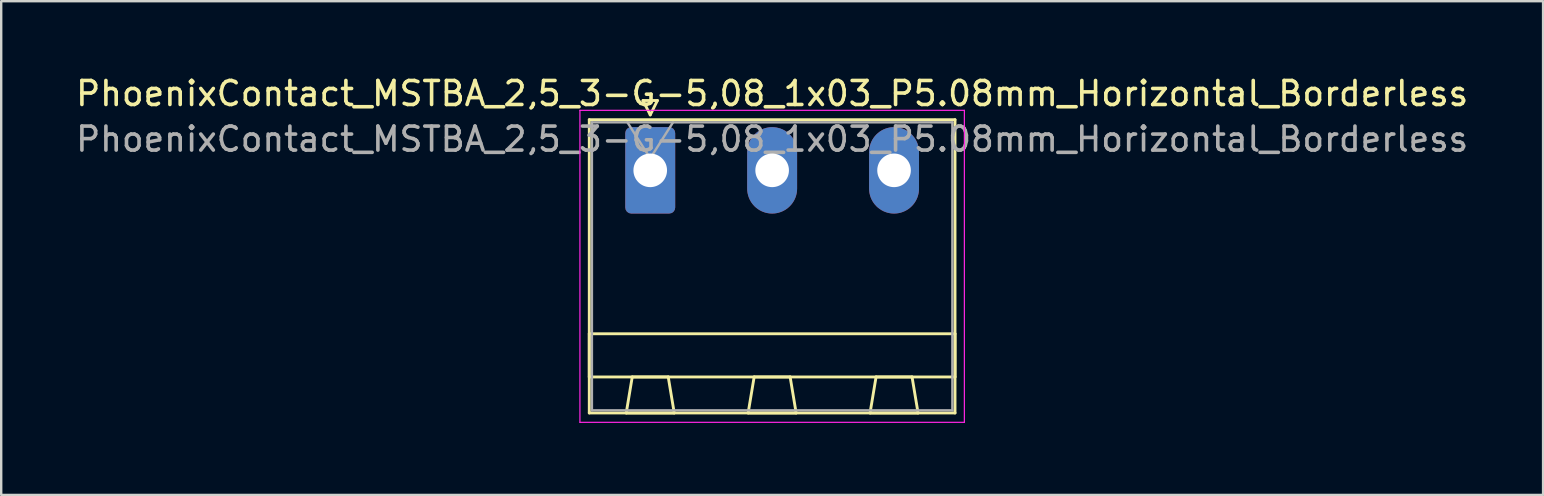
<source format=kicad_pcb>
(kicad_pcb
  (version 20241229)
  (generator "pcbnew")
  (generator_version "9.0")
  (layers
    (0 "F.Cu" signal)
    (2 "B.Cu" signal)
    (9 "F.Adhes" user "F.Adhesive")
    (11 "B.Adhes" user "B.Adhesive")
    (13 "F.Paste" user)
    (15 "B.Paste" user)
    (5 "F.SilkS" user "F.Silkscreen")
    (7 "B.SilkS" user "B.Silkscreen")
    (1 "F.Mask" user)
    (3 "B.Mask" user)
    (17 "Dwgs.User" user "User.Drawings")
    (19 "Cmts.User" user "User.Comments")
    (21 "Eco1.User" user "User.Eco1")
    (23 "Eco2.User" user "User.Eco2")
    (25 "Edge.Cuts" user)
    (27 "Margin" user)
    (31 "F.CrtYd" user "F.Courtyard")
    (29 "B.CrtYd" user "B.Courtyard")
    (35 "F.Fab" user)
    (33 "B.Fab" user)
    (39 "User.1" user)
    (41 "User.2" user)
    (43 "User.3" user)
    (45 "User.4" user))
  (footprint "PhoenixContact_MSTBA_2,5_3-G-5,08_1x03_P5.08mm_Horizontal_Borderless"
    (layer "F.Cu")
    (at 21.505 1.508)
    (property "Reference" "PhoenixContact_MSTBA_2,5_3-G-5,08_1x03_P5.08mm_Horizontal_Borderless" (at 7.62 -0.66 0) (layer "F.SilkS") (effects (font (size 1 1) (thickness 0.15))))
    (attr through_hole)
    (fp_line (start 0 0.43) (end 0 12.65) (stroke (width 0.12) (type solid)) (layer "F.SilkS"))
    (fp_line (start 0 9.35) (end 15.24 9.35) (stroke (width 0.12) (type solid)) (layer "F.SilkS"))
    (fp_line (start 0 11.15) (end 0 9.35) (stroke (width 0.12) (type solid)) (layer "F.SilkS"))
    (fp_line (start 0 12.65) (end 15.24 12.65) (stroke (width 0.12) (type solid)) (layer "F.SilkS"))
    (fp_line (start 1.54 12.65) (end 3.54 12.65) (stroke (width 0.12) (type solid)) (layer "F.SilkS"))
    (fp_line (start 1.79 11.15) (end 1.54 12.65) (stroke (width 0.12) (type solid)) (layer "F.SilkS"))
    (fp_line (start 2.24 -0.37) (end 2.84 -0.37) (stroke (width 0.12) (type solid)) (layer "F.SilkS"))
    (fp_line (start 2.54 0.23) (end 2.24 -0.37) (stroke (width 0.12) (type solid)) (layer "F.SilkS"))
    (fp_line (start 2.84 -0.37) (end 2.54 0.23) (stroke (width 0.12) (type solid)) (layer "F.SilkS"))
    (fp_line (start 3.29 11.15) (end 1.79 11.15) (stroke (width 0.12) (type solid)) (layer "F.SilkS"))
    (fp_line (start 3.54 12.65) (end 3.29 11.15) (stroke (width 0.12) (type solid)) (layer "F.SilkS"))
    (fp_line (start 6.62 12.65) (end 8.62 12.65) (stroke (width 0.12) (type solid)) (layer "F.SilkS"))
    (fp_line (start 6.87 11.15) (end 6.62 12.65) (stroke (width 0.12) (type solid)) (layer "F.SilkS"))
    (fp_line (start 8.37 11.15) (end 6.87 11.15) (stroke (width 0.12) (type solid)) (layer "F.SilkS"))
    (fp_line (start 8.62 12.65) (end 8.37 11.15) (stroke (width 0.12) (type solid)) (layer "F.SilkS"))
    (fp_line (start 11.7 12.65) (end 13.7 12.65) (stroke (width 0.12) (type solid)) (layer "F.SilkS"))
    (fp_line (start 11.95 11.15) (end 11.7 12.65) (stroke (width 0.12) (type solid)) (layer "F.SilkS"))
    (fp_line (start 13.45 11.15) (end 11.95 11.15) (stroke (width 0.12) (type solid)) (layer "F.SilkS"))
    (fp_line (start 13.7 12.65) (end 13.45 11.15) (stroke (width 0.12) (type solid)) (layer "F.SilkS"))
    (fp_line (start 15.24 0.43) (end 0 0.43) (stroke (width 0.12) (type solid)) (layer "F.SilkS"))
    (fp_line (start 15.24 9.35) (end 15.24 11.15) (stroke (width 0.12) (type solid)) (layer "F.SilkS"))
    (fp_line (start 15.24 11.15) (end 0 11.15) (stroke (width 0.12) (type solid)) (layer "F.SilkS"))
    (fp_line (start 15.24 12.65) (end 15.24 0.43) (stroke (width 0.12) (type solid)) (layer "F.SilkS"))
    (fp_line (start -0.39 0.04) (end -0.39 13.04) (stroke (width 0.05) (type solid)) (layer "F.CrtYd"))
    (fp_line (start -0.39 13.04) (end 15.63 13.04) (stroke (width 0.05) (type solid)) (layer "F.CrtYd"))
    (fp_line (start 15.63 0.04) (end -0.39 0.04) (stroke (width 0.05) (type solid)) (layer "F.CrtYd"))
    (fp_line (start 15.63 13.04) (end 15.63 0.04) (stroke (width 0.05) (type solid)) (layer "F.CrtYd"))
    (fp_line (start 0.11 0.54) (end 0.11 12.54) (stroke (width 0.1) (type solid)) (layer "F.Fab"))
    (fp_line (start 0.11 12.54) (end 15.13 12.54) (stroke (width 0.1) (type solid)) (layer "F.Fab"))
    (fp_line (start 2.54 2.04) (end 1.59 0.54) (stroke (width 0.1) (type solid)) (layer "F.Fab"))
    (fp_line (start 3.49 0.54) (end 2.54 2.04) (stroke (width 0.1) (type solid)) (layer "F.Fab"))
    (fp_line (start 15.13 0.54) (end 0.11 0.54) (stroke (width 0.1) (type solid)) (layer "F.Fab"))
    (fp_line (start 15.13 12.54) (end 15.13 0.54) (stroke (width 0.1) (type solid)) (layer "F.Fab"))
    (fp_text user "${REFERENCE}" (at 7.62 1.24 0) (layer "F.Fab") (effects (font (size 1 1) (thickness 0.15))))
    (pad "1" thru_hole roundrect (at 2.54 2.54) (size 2.08 3.6) (drill 1.4) (layers "*.Cu" "*.Mask") (roundrect_rratio 0.12))
    (pad "2" thru_hole oval (at 7.62 2.54) (size 2.08 3.6) (drill 1.4) (layers "*.Cu" "*.Mask"))
    (pad "3" thru_hole oval (at 12.7 2.54) (size 2.08 3.6) (drill 1.4) (layers "*.Cu" "*.Mask")))
  (gr_rect
    (start -3 -3)
    (end 61.25 17.573)
    (stroke (width 0.1) (type default))
    (fill no)
    (layer "Edge.Cuts")))
</source>
